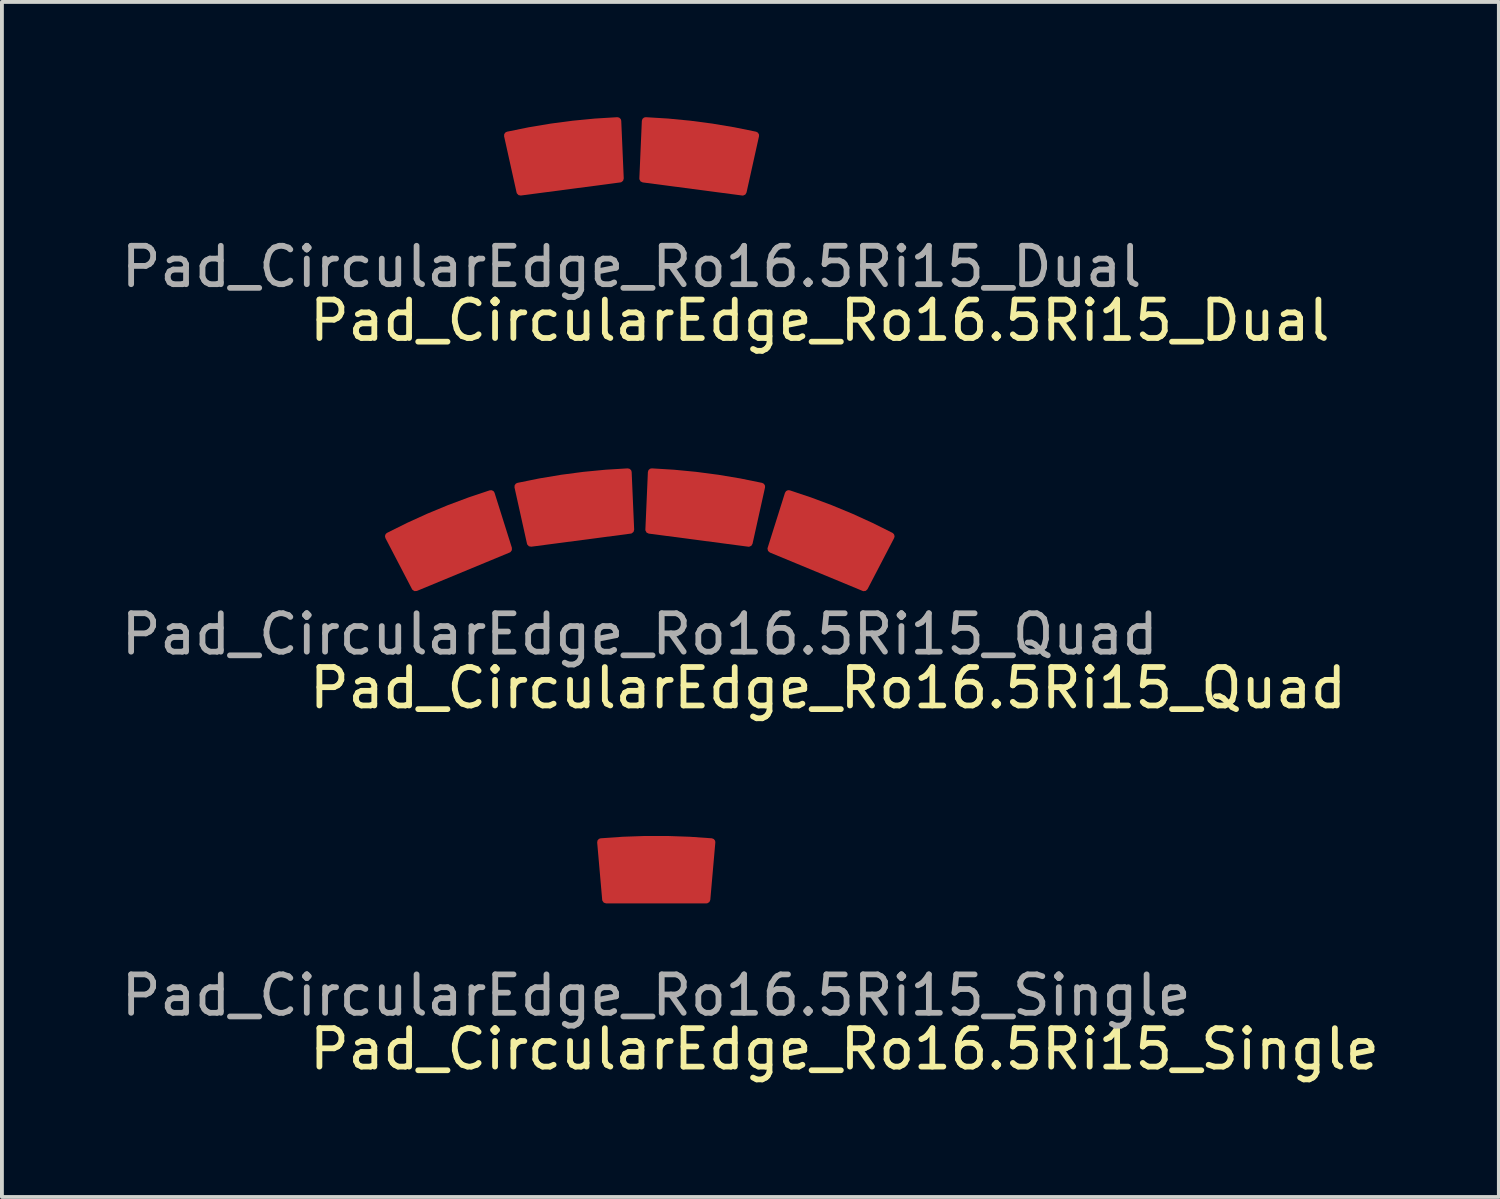
<source format=kicad_pcb>
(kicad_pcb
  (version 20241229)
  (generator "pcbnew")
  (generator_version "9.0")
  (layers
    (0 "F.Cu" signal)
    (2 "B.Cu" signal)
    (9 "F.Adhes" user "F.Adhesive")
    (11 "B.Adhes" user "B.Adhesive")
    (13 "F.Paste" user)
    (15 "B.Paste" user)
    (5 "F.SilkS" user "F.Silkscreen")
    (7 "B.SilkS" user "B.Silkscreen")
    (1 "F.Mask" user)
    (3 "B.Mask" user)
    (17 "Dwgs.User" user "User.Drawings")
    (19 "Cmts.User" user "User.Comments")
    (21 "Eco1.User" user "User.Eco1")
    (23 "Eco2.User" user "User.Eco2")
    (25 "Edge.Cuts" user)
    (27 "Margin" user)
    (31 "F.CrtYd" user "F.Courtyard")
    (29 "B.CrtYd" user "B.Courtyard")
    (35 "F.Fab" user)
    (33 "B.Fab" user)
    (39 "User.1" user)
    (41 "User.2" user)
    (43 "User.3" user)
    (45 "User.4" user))
  (footprint "Pad_CircularEdge_Ro16.5Ri15_Quad"
    (layer "F.Cu")
    (at 13.601 10.156)
    (property "Reference" "Pad_CircularEdge_Ro16.5Ri15_Quad" (at 4.9 4.7 0) (unlocked yes) (layer "F.SilkS") (effects (font (size 1 1) (thickness 0.15))))
    (attr smd)
    (fp_text user "${REFERENCE}" (at 0 3.3 0) (unlocked yes) (layer "F.Fab") (effects (font (size 1 1) (thickness 0.15))))
    (pad "1" smd custom (at -4.94 0.836 22.5) (size 1.5 1.5) (layers "F.Cu" "F.Mask") (options (anchor rect)) (primitives (gr_arc (start -1.43807 -0.687213) (mid -0.000012 -0.750001) (end 1.438047 -0.687215) (width 0.2)) (gr_poly (pts (xy 1.438 -0.687) (xy -1.438 -0.687) (xy -1.307 0.807) (xy 1.307 0.807)) (width 0.2) (fill yes))))
    (pad "2" smd custom (at -1.647 -0.047 7.5) (size 1.5 1.5) (layers "F.Cu" "F.Mask") (options (anchor rect)) (primitives (gr_arc (start -1.43807 -0.687213) (mid -0.000012 -0.750001) (end 1.438047 -0.687215) (width 0.2)) (gr_poly (pts (xy 1.438 -0.687) (xy -1.438 -0.687) (xy -1.307 0.807) (xy 1.307 0.807)) (width 0.2) (fill yes))))
    (pad "3" smd custom (at 1.647 -0.047 352.5) (size 1.5 1.5) (layers "F.Cu" "F.Mask") (options (anchor rect)) (primitives (gr_arc (start -1.438047 -0.687215) (mid 0.000012 -0.750001) (end 1.43807 -0.687213) (width 0.2)) (gr_poly (pts (xy -1.438 -0.687) (xy 1.438 -0.687) (xy 1.307 0.807) (xy -1.307 0.807)) (width 0.2) (fill yes))))
    (pad "4" smd custom (at 4.94 0.836 337.5) (size 1.5 1.5) (layers "F.Cu" "F.Mask") (options (anchor rect)) (primitives (gr_arc (start -1.438047 -0.687215) (mid 0.000012 -0.750001) (end 1.43807 -0.687213) (width 0.2)) (gr_poly (pts (xy -1.438 -0.687) (xy 1.438 -0.687) (xy 1.307 0.807) (xy -1.307 0.807)) (width 0.2) (fill yes)))))
  (footprint "Pad_CircularEdge_Ro16.5Ri15_Dual"
    (layer "F.Cu")
    (at 13.387 0.592)
    (property "Reference" "Pad_CircularEdge_Ro16.5Ri15_Dual" (at 4.9 4.7 0) (unlocked yes) (layer "F.SilkS") (effects (font (size 1 1) (thickness 0.15))))
    (attr smd)
    (fp_text user "${REFERENCE}" (at 0 3.3 0) (unlocked yes) (layer "F.Fab") (effects (font (size 1 1) (thickness 0.15))))
    (pad "1" smd custom (at -1.704 0.377 7.5) (size 1.5 1.5) (layers "F.Cu" "F.Mask") (options (anchor rect)) (primitives (gr_arc (start -1.43807 -0.687213) (mid -0.000012 -0.750001) (end 1.438047 -0.687215) (width 0.2)) (gr_poly (pts (xy 1.438 -0.687) (xy -1.438 -0.687) (xy -1.307 0.807) (xy 1.307 0.807)) (width 0.2) (fill yes))))
    (pad "2" smd custom (at 1.704 0.377 352.5) (size 1.5 1.5) (layers "F.Cu" "F.Mask") (options (anchor rect)) (primitives (gr_arc (start -1.43807 -0.687213) (mid -0.000012 -0.750001) (end 1.438047 -0.687215) (width 0.2)) (gr_poly (pts (xy 1.438 -0.687) (xy -1.438 -0.687) (xy -1.307 0.807) (xy 1.307 0.807)) (width 0.2) (fill yes)))))
  (footprint "Pad_CircularEdge_Ro16.5Ri15_Single"
    (layer "F.Cu")
    (at 14.03 19.555)
    (property "Reference" "Pad_CircularEdge_Ro16.5Ri15_Single" (at 4.9 4.7 0) (unlocked yes) (layer "F.SilkS") (effects (font (size 1 1) (thickness 0.15))))
    (attr smd)
    (fp_text user "${REFERENCE}" (at 0 3.3 0) (unlocked yes) (layer "F.Fab") (effects (font (size 1 1) (thickness 0.15))))
    (pad "1" smd custom (at 0 0) (size 1.5 1.5) (layers "F.Cu" "F.Mask") (options (anchor rect)) (primitives (gr_arc (start -1.43807 -0.687213) (mid -0.000012 -0.750001) (end 1.438047 -0.687215) (width 0.2)) (gr_poly (pts (xy 1.438 -0.687) (xy -1.438 -0.687) (xy -1.307 0.807) (xy 1.307 0.807)) (width 0.2) (fill yes)))))
  (gr_rect
    (start -3 -3)
    (end 35.96 28.103)
    (stroke (width 0.1) (type default))
    (fill no)
    (layer "Edge.Cuts")))
</source>
